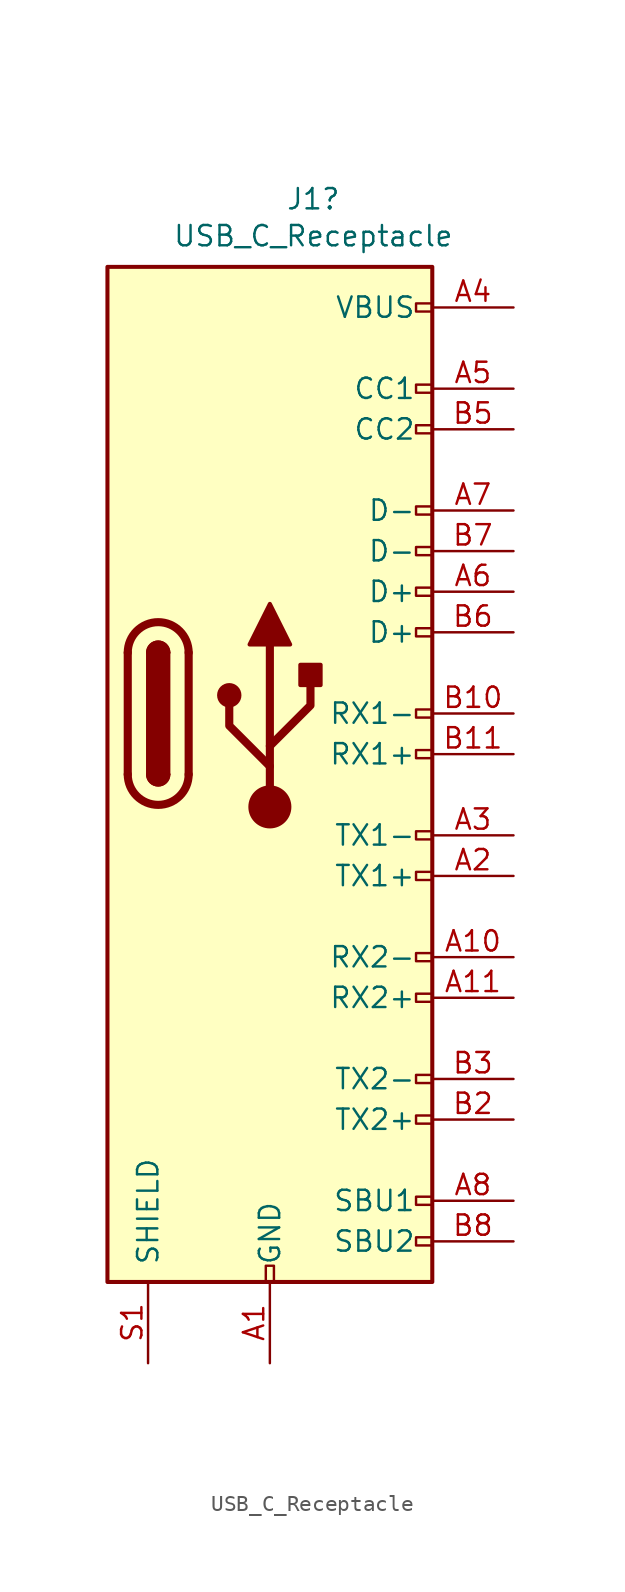
<source format=kicad_sym>
(kicad_symbol_lib
  (version 20211014)
  (generator kicad_symbol_editor)
  (symbol "USB_C_Receptacle"
    (pin_names
      (offset 1.016))
    (property "Reference" "J1"
      (at 2.718 32.182 0)
      (effects (font (size 1.27 1.27))))
    (property "Value" "USB_C_Receptacle"
      (at 2.718 29.87 0)
      (effects (font (size 1.27 1.27))))
    (symbol "USB_C_Receptacle_0_0"
      (rectangle (start -0.254 -35.56) (end 0.254 -34.544) (stroke (width 0) (type default) (color 0 0 0 0)) (fill (type none)))
      (rectangle (start 10.16 -32.766) (end 9.144 -33.274) (stroke (width 0) (type default) (color 0 0 0 0)) (fill (type none)))
      (rectangle (start 10.16 -30.226) (end 9.144 -30.734) (stroke (width 0) (type default) (color 0 0 0 0)) (fill (type none)))
      (rectangle (start 10.16 -25.146) (end 9.144 -25.654) (stroke (width 0) (type default) (color 0 0 0 0)) (fill (type none)))
      (rectangle (start 10.16 -22.606) (end 9.144 -23.114) (stroke (width 0) (type default) (color 0 0 0 0)) (fill (type none)))
      (rectangle (start 10.16 -17.526) (end 9.144 -18.034) (stroke (width 0) (type default) (color 0 0 0 0)) (fill (type none)))
      (rectangle (start 10.16 -14.986) (end 9.144 -15.494) (stroke (width 0) (type default) (color 0 0 0 0)) (fill (type none)))
      (rectangle (start 10.16 -9.906) (end 9.144 -10.414) (stroke (width 0) (type default) (color 0 0 0 0)) (fill (type none)))
      (rectangle (start 10.16 -7.366) (end 9.144 -7.874) (stroke (width 0) (type default) (color 0 0 0 0)) (fill (type none)))
      (rectangle (start 10.16 -2.286) (end 9.144 -2.794) (stroke (width 0) (type default) (color 0 0 0 0)) (fill (type none)))
      (rectangle (start 10.16 0.254) (end 9.144 -0.254) (stroke (width 0) (type default) (color 0 0 0 0)) (fill (type none)))
      (rectangle (start 10.16 5.334) (end 9.144 4.826) (stroke (width 0) (type default) (color 0 0 0 0)) (fill (type none)))
      (rectangle (start 10.16 7.874) (end 9.144 7.366) (stroke (width 0) (type default) (color 0 0 0 0)) (fill (type none)))
      (rectangle (start 10.16 10.414) (end 9.144 9.906) (stroke (width 0) (type default) (color 0 0 0 0)) (fill (type none)))
      (rectangle (start 10.16 12.954) (end 9.144 12.446) (stroke (width 0) (type default) (color 0 0 0 0)) (fill (type none)))
      (rectangle (start 10.16 18.034) (end 9.144 17.526) (stroke (width 0) (type default) (color 0 0 0 0)) (fill (type none)))
      (rectangle (start 10.16 20.574) (end 9.144 20.066) (stroke (width 0) (type default) (color 0 0 0 0)) (fill (type none)))
      (rectangle (start 10.16 25.654) (end 9.144 25.146) (stroke (width 0) (type default) (color 0 0 0 0)) (fill (type none))))
    (symbol "USB_C_Receptacle_0_1"
      (rectangle (start -10.16 27.94) (end 10.16 -35.56) (stroke (width 0.254) (type default) (color 0 0 0 0)) (fill (type background)))
      (arc (start -8.89 -3.81) (mid -6.985 -5.715) (end -5.08 -3.81) (stroke (width 0.508) (type default) (color 0 0 0 0)) (fill (type none)))
      (arc (start -7.62 -3.81) (mid -6.985 -4.445) (end -6.35 -3.81) (stroke (width 0.254) (type default) (color 0 0 0 0)) (fill (type none)))
      (arc (start -7.62 -3.81) (mid -6.985 -4.445) (end -6.35 -3.81) (stroke (width 0.254) (type default) (color 0 0 0 0)) (fill (type outline)))
      (rectangle (start -7.62 -3.81) (end -6.35 3.81) (stroke (width 0.254) (type default) (color 0 0 0 0)) (fill (type outline)))
      (arc (start -6.35 3.81) (mid -6.985 4.445) (end -7.62 3.81) (stroke (width 0.254) (type default) (color 0 0 0 0)) (fill (type none)))
      (arc (start -6.35 3.81) (mid -6.985 4.445) (end -7.62 3.81) (stroke (width 0.254) (type default) (color 0 0 0 0)) (fill (type outline)))
      (arc (start -5.08 3.81) (mid -6.985 5.715) (end -8.89 3.81) (stroke (width 0.508) (type default) (color 0 0 0 0)) (fill (type none)))
      (polyline (pts (xy -8.89 -3.81) (xy -8.89 3.81)) (stroke (width 0.508) (type default) (color 0 0 0 0)) (fill (type none)))
      (polyline (pts (xy -5.08 3.81) (xy -5.08 -3.81)) (stroke (width 0.508) (type default) (color 0 0 0 0)) (fill (type none))))
    (symbol "USB_C_Receptacle_1_1"
      (circle (center -2.54 1.143) (radius 0.635) (stroke (width 0.254) (type default) (color 0 0 0 0)) (fill (type outline)))
      (circle (center 0 -5.842) (radius 1.27) (stroke (width 0) (type default) (color 0 0 0 0)) (fill (type outline)))
      (polyline (pts (xy 0 -5.842) (xy 0 4.318)) (stroke (width 0.508) (type default) (color 0 0 0 0)) (fill (type none)))
      (polyline (pts (xy 0 -3.302) (xy -2.54 -0.762) (xy -2.54 0.508)) (stroke (width 0.508) (type default) (color 0 0 0 0)) (fill (type none)))
      (polyline (pts (xy 0 -2.032) (xy 2.54 0.508) (xy 2.54 1.778)) (stroke (width 0.508) (type default) (color 0 0 0 0)) (fill (type none)))
      (polyline (pts (xy -1.27 4.318) (xy 0 6.858) (xy 1.27 4.318) (xy -1.27 4.318)) (stroke (width 0.254) (type default) (color 0 0 0 0)) (fill (type outline)))
      (rectangle (start 1.905 1.778) (end 3.175 3.048) (stroke (width 0.254) (type default) (color 0 0 0 0)) (fill (type outline)))
      (pin passive line (at 0 -40.64 90) (length 5.08) (name "GND" (effects (font (size 1.27 1.27)))) (number "A1" (effects (font (size 1.27 1.27)))))
      (pin bidirectional line (at 15.24 -15.24 180) (length 5.08) (name "RX2-" (effects (font (size 1.27 1.27)))) (number "A10" (effects (font (size 1.27 1.27)))))
      (pin bidirectional line (at 15.24 -17.78 180) (length 5.08) (name "RX2+" (effects (font (size 1.27 1.27)))) (number "A11" (effects (font (size 1.27 1.27)))))
      (pin passive line (at 0 -40.64 90) (length 5.08) hide (name "GND" (effects (font (size 1.27 1.27)))) (number "A12" (effects (font (size 1.27 1.27)))))
      (pin bidirectional line (at 15.24 -10.16 180) (length 5.08) (name "TX1+" (effects (font (size 1.27 1.27)))) (number "A2" (effects (font (size 1.27 1.27)))))
      (pin bidirectional line (at 15.24 -7.62 180) (length 5.08) (name "TX1-" (effects (font (size 1.27 1.27)))) (number "A3" (effects (font (size 1.27 1.27)))))
      (pin passive line (at 15.24 25.4 180) (length 5.08) (name "VBUS" (effects (font (size 1.27 1.27)))) (number "A4" (effects (font (size 1.27 1.27)))))
      (pin bidirectional line (at 15.24 20.32 180) (length 5.08) (name "CC1" (effects (font (size 1.27 1.27)))) (number "A5" (effects (font (size 1.27 1.27)))))
      (pin bidirectional line (at 15.24 7.62 180) (length 5.08) (name "D+" (effects (font (size 1.27 1.27)))) (number "A6" (effects (font (size 1.27 1.27)))))
      (pin bidirectional line (at 15.24 12.7 180) (length 5.08) (name "D-" (effects (font (size 1.27 1.27)))) (number "A7" (effects (font (size 1.27 1.27)))))
      (pin bidirectional line (at 15.24 -30.48 180) (length 5.08) (name "SBU1" (effects (font (size 1.27 1.27)))) (number "A8" (effects (font (size 1.27 1.27)))))
      (pin passive line (at 15.24 25.4 180) (length 5.08) hide (name "VBUS" (effects (font (size 1.27 1.27)))) (number "A9" (effects (font (size 1.27 1.27)))))
      (pin passive line (at 0 -40.64 90) (length 5.08) hide (name "GND" (effects (font (size 1.27 1.27)))) (number "B1" (effects (font (size 1.27 1.27)))))
      (pin bidirectional line (at 15.24 0 180) (length 5.08) (name "RX1-" (effects (font (size 1.27 1.27)))) (number "B10" (effects (font (size 1.27 1.27)))))
      (pin bidirectional line (at 15.24 -2.54 180) (length 5.08) (name "RX1+" (effects (font (size 1.27 1.27)))) (number "B11" (effects (font (size 1.27 1.27)))))
      (pin passive line (at 0 -40.64 90) (length 5.08) hide (name "GND" (effects (font (size 1.27 1.27)))) (number "B12" (effects (font (size 1.27 1.27)))))
      (pin bidirectional line (at 15.24 -25.4 180) (length 5.08) (name "TX2+" (effects (font (size 1.27 1.27)))) (number "B2" (effects (font (size 1.27 1.27)))))
      (pin bidirectional line (at 15.24 -22.86 180) (length 5.08) (name "TX2-" (effects (font (size 1.27 1.27)))) (number "B3" (effects (font (size 1.27 1.27)))))
      (pin passive line (at 15.24 25.4 180) (length 5.08) hide (name "VBUS" (effects (font (size 1.27 1.27)))) (number "B4" (effects (font (size 1.27 1.27)))))
      (pin bidirectional line (at 15.24 17.78 180) (length 5.08) (name "CC2" (effects (font (size 1.27 1.27)))) (number "B5" (effects (font (size 1.27 1.27)))))
      (pin bidirectional line (at 15.24 5.08 180) (length 5.08) (name "D+" (effects (font (size 1.27 1.27)))) (number "B6" (effects (font (size 1.27 1.27)))))
      (pin bidirectional line (at 15.24 10.16 180) (length 5.08) (name "D-" (effects (font (size 1.27 1.27)))) (number "B7" (effects (font (size 1.27 1.27)))))
      (pin bidirectional line (at 15.24 -33.02 180) (length 5.08) (name "SBU2" (effects (font (size 1.27 1.27)))) (number "B8" (effects (font (size 1.27 1.27)))))
      (pin passive line (at 15.24 25.4 180) (length 5.08) hide (name "VBUS" (effects (font (size 1.27 1.27)))) (number "B9" (effects (font (size 1.27 1.27)))))
      (pin passive line (at -7.62 -40.64 90) (length 5.08) (name "SHIELD" (effects (font (size 1.27 1.27)))) (number "S1" (effects (font (size 1.27 1.27))))))))
</source>
